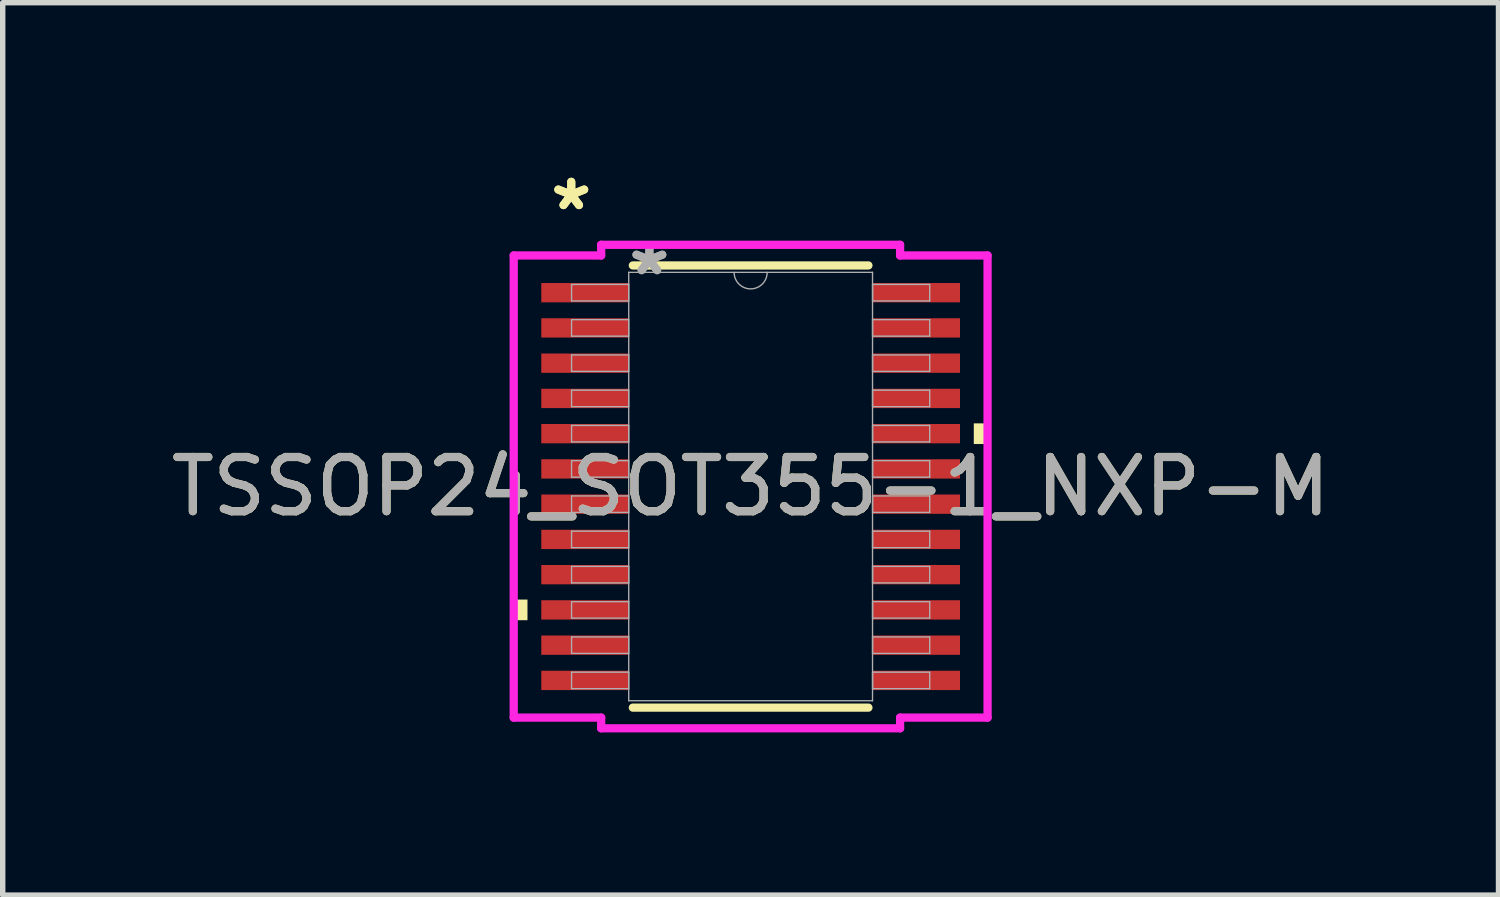
<source format=kicad_pcb>
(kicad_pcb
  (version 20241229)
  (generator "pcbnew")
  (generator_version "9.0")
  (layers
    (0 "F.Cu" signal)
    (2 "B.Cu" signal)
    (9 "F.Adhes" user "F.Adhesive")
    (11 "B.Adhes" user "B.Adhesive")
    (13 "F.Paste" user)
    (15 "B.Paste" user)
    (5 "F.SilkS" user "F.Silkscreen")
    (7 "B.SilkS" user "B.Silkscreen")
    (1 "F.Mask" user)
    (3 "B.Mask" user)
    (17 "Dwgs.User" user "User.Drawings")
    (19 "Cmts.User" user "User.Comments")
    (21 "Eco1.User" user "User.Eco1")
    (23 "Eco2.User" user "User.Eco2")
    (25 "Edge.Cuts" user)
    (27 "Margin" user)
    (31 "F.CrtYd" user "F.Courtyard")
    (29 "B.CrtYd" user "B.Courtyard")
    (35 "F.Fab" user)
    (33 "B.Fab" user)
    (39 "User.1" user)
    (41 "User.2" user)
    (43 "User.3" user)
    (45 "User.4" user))
  (footprint "TSSOP24_SOT355-1_NXP-M"
    (layer "F.Cu")
    (at 10.792 5.922)
    (property "Reference" "TSSOP24_SOT355-1_NXP-M" (at 0 0 0) (unlocked yes) (layer "F.SilkS") (effects (font (size 1 1) (thickness 0.15))))
    (attr smd)
    (fp_line (start -2.172 4.077) (end 2.172 4.077) (stroke (width 0.152) (type solid)) (layer "F.SilkS"))
    (fp_line (start 2.172 -4.077) (end -2.172 -4.077) (stroke (width 0.152) (type solid)) (layer "F.SilkS"))
    (fp_poly (pts (xy -4.369 2.084) (xy -4.369 2.465) (xy -4.115 2.465) (xy -4.115 2.084)) (stroke (width 0) (type solid)) (fill yes) (layer "F.SilkS"))
    (fp_poly (pts (xy 4.369 -1.165) (xy 4.369 -0.784) (xy 4.115 -0.784) (xy 4.115 -1.165)) (stroke (width 0) (type solid)) (fill yes) (layer "F.SilkS"))
    (fp_line (start -4.369 -4.261) (end -2.756 -4.261) (stroke (width 0.152) (type solid)) (layer "F.CrtYd"))
    (fp_line (start -4.369 4.261) (end -4.369 -4.261) (stroke (width 0.152) (type solid)) (layer "F.CrtYd"))
    (fp_line (start -4.369 4.261) (end -2.756 4.261) (stroke (width 0.152) (type solid)) (layer "F.CrtYd"))
    (fp_line (start -2.756 -4.458) (end 2.756 -4.458) (stroke (width 0.152) (type solid)) (layer "F.CrtYd"))
    (fp_line (start -2.756 -4.261) (end -2.756 -4.458) (stroke (width 0.152) (type solid)) (layer "F.CrtYd"))
    (fp_line (start -2.756 4.458) (end -2.756 4.261) (stroke (width 0.152) (type solid)) (layer "F.CrtYd"))
    (fp_line (start 2.756 -4.458) (end 2.756 -4.261) (stroke (width 0.152) (type solid)) (layer "F.CrtYd"))
    (fp_line (start 2.756 4.261) (end 2.756 4.458) (stroke (width 0.152) (type solid)) (layer "F.CrtYd"))
    (fp_line (start 2.756 4.458) (end -2.756 4.458) (stroke (width 0.152) (type solid)) (layer "F.CrtYd"))
    (fp_line (start 4.369 -4.261) (end 2.756 -4.261) (stroke (width 0.152) (type solid)) (layer "F.CrtYd"))
    (fp_line (start 4.369 -4.261) (end 4.369 4.261) (stroke (width 0.152) (type solid)) (layer "F.CrtYd"))
    (fp_line (start 4.369 4.261) (end 2.756 4.261) (stroke (width 0.152) (type solid)) (layer "F.CrtYd"))
    (fp_line (start -3.302 -3.727) (end -3.302 -3.423) (stroke (width 0.025) (type solid)) (layer "F.Fab"))
    (fp_line (start -3.302 -3.423) (end -2.248 -3.423) (stroke (width 0.025) (type solid)) (layer "F.Fab"))
    (fp_line (start -3.302 -3.077) (end -3.302 -2.773) (stroke (width 0.025) (type solid)) (layer "F.Fab"))
    (fp_line (start -3.302 -2.773) (end -2.248 -2.773) (stroke (width 0.025) (type solid)) (layer "F.Fab"))
    (fp_line (start -3.302 -2.427) (end -3.302 -2.123) (stroke (width 0.025) (type solid)) (layer "F.Fab"))
    (fp_line (start -3.302 -2.123) (end -2.248 -2.123) (stroke (width 0.025) (type solid)) (layer "F.Fab"))
    (fp_line (start -3.302 -1.777) (end -3.302 -1.473) (stroke (width 0.025) (type solid)) (layer "F.Fab"))
    (fp_line (start -3.302 -1.473) (end -2.248 -1.473) (stroke (width 0.025) (type solid)) (layer "F.Fab"))
    (fp_line (start -3.302 -1.127) (end -3.302 -0.823) (stroke (width 0.025) (type solid)) (layer "F.Fab"))
    (fp_line (start -3.302 -0.823) (end -2.248 -0.823) (stroke (width 0.025) (type solid)) (layer "F.Fab"))
    (fp_line (start -3.302 -0.477) (end -3.302 -0.173) (stroke (width 0.025) (type solid)) (layer "F.Fab"))
    (fp_line (start -3.302 -0.173) (end -2.248 -0.173) (stroke (width 0.025) (type solid)) (layer "F.Fab"))
    (fp_line (start -3.302 0.173) (end -3.302 0.477) (stroke (width 0.025) (type solid)) (layer "F.Fab"))
    (fp_line (start -3.302 0.477) (end -2.248 0.477) (stroke (width 0.025) (type solid)) (layer "F.Fab"))
    (fp_line (start -3.302 0.823) (end -3.302 1.127) (stroke (width 0.025) (type solid)) (layer "F.Fab"))
    (fp_line (start -3.302 1.127) (end -2.248 1.127) (stroke (width 0.025) (type solid)) (layer "F.Fab"))
    (fp_line (start -3.302 1.473) (end -3.302 1.777) (stroke (width 0.025) (type solid)) (layer "F.Fab"))
    (fp_line (start -3.302 1.777) (end -2.248 1.777) (stroke (width 0.025) (type solid)) (layer "F.Fab"))
    (fp_line (start -3.302 2.123) (end -3.302 2.427) (stroke (width 0.025) (type solid)) (layer "F.Fab"))
    (fp_line (start -3.302 2.427) (end -2.248 2.427) (stroke (width 0.025) (type solid)) (layer "F.Fab"))
    (fp_line (start -3.302 2.773) (end -3.302 3.077) (stroke (width 0.025) (type solid)) (layer "F.Fab"))
    (fp_line (start -3.302 3.077) (end -2.248 3.077) (stroke (width 0.025) (type solid)) (layer "F.Fab"))
    (fp_line (start -3.302 3.423) (end -3.302 3.727) (stroke (width 0.025) (type solid)) (layer "F.Fab"))
    (fp_line (start -3.302 3.727) (end -2.248 3.727) (stroke (width 0.025) (type solid)) (layer "F.Fab"))
    (fp_line (start -2.248 -3.95) (end -2.248 3.95) (stroke (width 0.025) (type solid)) (layer "F.Fab"))
    (fp_line (start -2.248 -3.727) (end -3.302 -3.727) (stroke (width 0.025) (type solid)) (layer "F.Fab"))
    (fp_line (start -2.248 -3.423) (end -2.248 -3.727) (stroke (width 0.025) (type solid)) (layer "F.Fab"))
    (fp_line (start -2.248 -3.077) (end -3.302 -3.077) (stroke (width 0.025) (type solid)) (layer "F.Fab"))
    (fp_line (start -2.248 -2.773) (end -2.248 -3.077) (stroke (width 0.025) (type solid)) (layer "F.Fab"))
    (fp_line (start -2.248 -2.427) (end -3.302 -2.427) (stroke (width 0.025) (type solid)) (layer "F.Fab"))
    (fp_line (start -2.248 -2.123) (end -2.248 -2.427) (stroke (width 0.025) (type solid)) (layer "F.Fab"))
    (fp_line (start -2.248 -1.777) (end -3.302 -1.777) (stroke (width 0.025) (type solid)) (layer "F.Fab"))
    (fp_line (start -2.248 -1.473) (end -2.248 -1.777) (stroke (width 0.025) (type solid)) (layer "F.Fab"))
    (fp_line (start -2.248 -1.127) (end -3.302 -1.127) (stroke (width 0.025) (type solid)) (layer "F.Fab"))
    (fp_line (start -2.248 -0.823) (end -2.248 -1.127) (stroke (width 0.025) (type solid)) (layer "F.Fab"))
    (fp_line (start -2.248 -0.477) (end -3.302 -0.477) (stroke (width 0.025) (type solid)) (layer "F.Fab"))
    (fp_line (start -2.248 -0.173) (end -2.248 -0.477) (stroke (width 0.025) (type solid)) (layer "F.Fab"))
    (fp_line (start -2.248 0.173) (end -3.302 0.173) (stroke (width 0.025) (type solid)) (layer "F.Fab"))
    (fp_line (start -2.248 0.477) (end -2.248 0.173) (stroke (width 0.025) (type solid)) (layer "F.Fab"))
    (fp_line (start -2.248 0.823) (end -3.302 0.823) (stroke (width 0.025) (type solid)) (layer "F.Fab"))
    (fp_line (start -2.248 1.127) (end -2.248 0.823) (stroke (width 0.025) (type solid)) (layer "F.Fab"))
    (fp_line (start -2.248 1.473) (end -3.302 1.473) (stroke (width 0.025) (type solid)) (layer "F.Fab"))
    (fp_line (start -2.248 1.777) (end -2.248 1.473) (stroke (width 0.025) (type solid)) (layer "F.Fab"))
    (fp_line (start -2.248 2.123) (end -3.302 2.123) (stroke (width 0.025) (type solid)) (layer "F.Fab"))
    (fp_line (start -2.248 2.427) (end -2.248 2.123) (stroke (width 0.025) (type solid)) (layer "F.Fab"))
    (fp_line (start -2.248 2.773) (end -3.302 2.773) (stroke (width 0.025) (type solid)) (layer "F.Fab"))
    (fp_line (start -2.248 3.077) (end -2.248 2.773) (stroke (width 0.025) (type solid)) (layer "F.Fab"))
    (fp_line (start -2.248 3.423) (end -3.302 3.423) (stroke (width 0.025) (type solid)) (layer "F.Fab"))
    (fp_line (start -2.248 3.727) (end -2.248 3.423) (stroke (width 0.025) (type solid)) (layer "F.Fab"))
    (fp_line (start -2.248 3.95) (end 2.248 3.95) (stroke (width 0.025) (type solid)) (layer "F.Fab"))
    (fp_line (start 2.248 -3.95) (end -2.248 -3.95) (stroke (width 0.025) (type solid)) (layer "F.Fab"))
    (fp_line (start 2.248 -3.727) (end 2.248 -3.423) (stroke (width 0.025) (type solid)) (layer "F.Fab"))
    (fp_line (start 2.248 -3.423) (end 3.302 -3.423) (stroke (width 0.025) (type solid)) (layer "F.Fab"))
    (fp_line (start 2.248 -3.077) (end 2.248 -2.773) (stroke (width 0.025) (type solid)) (layer "F.Fab"))
    (fp_line (start 2.248 -2.773) (end 3.302 -2.773) (stroke (width 0.025) (type solid)) (layer "F.Fab"))
    (fp_line (start 2.248 -2.427) (end 2.248 -2.123) (stroke (width 0.025) (type solid)) (layer "F.Fab"))
    (fp_line (start 2.248 -2.123) (end 3.302 -2.123) (stroke (width 0.025) (type solid)) (layer "F.Fab"))
    (fp_line (start 2.248 -1.777) (end 2.248 -1.473) (stroke (width 0.025) (type solid)) (layer "F.Fab"))
    (fp_line (start 2.248 -1.473) (end 3.302 -1.473) (stroke (width 0.025) (type solid)) (layer "F.Fab"))
    (fp_line (start 2.248 -1.127) (end 2.248 -0.823) (stroke (width 0.025) (type solid)) (layer "F.Fab"))
    (fp_line (start 2.248 -0.823) (end 3.302 -0.823) (stroke (width 0.025) (type solid)) (layer "F.Fab"))
    (fp_line (start 2.248 -0.477) (end 2.248 -0.173) (stroke (width 0.025) (type solid)) (layer "F.Fab"))
    (fp_line (start 2.248 -0.173) (end 3.302 -0.173) (stroke (width 0.025) (type solid)) (layer "F.Fab"))
    (fp_line (start 2.248 0.173) (end 2.248 0.477) (stroke (width 0.025) (type solid)) (layer "F.Fab"))
    (fp_line (start 2.248 0.477) (end 3.302 0.477) (stroke (width 0.025) (type solid)) (layer "F.Fab"))
    (fp_line (start 2.248 0.823) (end 2.248 1.127) (stroke (width 0.025) (type solid)) (layer "F.Fab"))
    (fp_line (start 2.248 1.127) (end 3.302 1.127) (stroke (width 0.025) (type solid)) (layer "F.Fab"))
    (fp_line (start 2.248 1.473) (end 2.248 1.777) (stroke (width 0.025) (type solid)) (layer "F.Fab"))
    (fp_line (start 2.248 1.777) (end 3.302 1.777) (stroke (width 0.025) (type solid)) (layer "F.Fab"))
    (fp_line (start 2.248 2.123) (end 2.248 2.427) (stroke (width 0.025) (type solid)) (layer "F.Fab"))
    (fp_line (start 2.248 2.427) (end 3.302 2.427) (stroke (width 0.025) (type solid)) (layer "F.Fab"))
    (fp_line (start 2.248 2.773) (end 2.248 3.077) (stroke (width 0.025) (type solid)) (layer "F.Fab"))
    (fp_line (start 2.248 3.077) (end 3.302 3.077) (stroke (width 0.025) (type solid)) (layer "F.Fab"))
    (fp_line (start 2.248 3.423) (end 2.248 3.727) (stroke (width 0.025) (type solid)) (layer "F.Fab"))
    (fp_line (start 2.248 3.727) (end 3.302 3.727) (stroke (width 0.025) (type solid)) (layer "F.Fab"))
    (fp_line (start 2.248 3.95) (end 2.248 -3.95) (stroke (width 0.025) (type solid)) (layer "F.Fab"))
    (fp_line (start 3.302 -3.727) (end 2.248 -3.727) (stroke (width 0.025) (type solid)) (layer "F.Fab"))
    (fp_line (start 3.302 -3.423) (end 3.302 -3.727) (stroke (width 0.025) (type solid)) (layer "F.Fab"))
    (fp_line (start 3.302 -3.077) (end 2.248 -3.077) (stroke (width 0.025) (type solid)) (layer "F.Fab"))
    (fp_line (start 3.302 -2.773) (end 3.302 -3.077) (stroke (width 0.025) (type solid)) (layer "F.Fab"))
    (fp_line (start 3.302 -2.427) (end 2.248 -2.427) (stroke (width 0.025) (type solid)) (layer "F.Fab"))
    (fp_line (start 3.302 -2.123) (end 3.302 -2.427) (stroke (width 0.025) (type solid)) (layer "F.Fab"))
    (fp_line (start 3.302 -1.777) (end 2.248 -1.777) (stroke (width 0.025) (type solid)) (layer "F.Fab"))
    (fp_line (start 3.302 -1.473) (end 3.302 -1.777) (stroke (width 0.025) (type solid)) (layer "F.Fab"))
    (fp_line (start 3.302 -1.127) (end 2.248 -1.127) (stroke (width 0.025) (type solid)) (layer "F.Fab"))
    (fp_line (start 3.302 -0.823) (end 3.302 -1.127) (stroke (width 0.025) (type solid)) (layer "F.Fab"))
    (fp_line (start 3.302 -0.477) (end 2.248 -0.477) (stroke (width 0.025) (type solid)) (layer "F.Fab"))
    (fp_line (start 3.302 -0.173) (end 3.302 -0.477) (stroke (width 0.025) (type solid)) (layer "F.Fab"))
    (fp_line (start 3.302 0.173) (end 2.248 0.173) (stroke (width 0.025) (type solid)) (layer "F.Fab"))
    (fp_line (start 3.302 0.477) (end 3.302 0.173) (stroke (width 0.025) (type solid)) (layer "F.Fab"))
    (fp_line (start 3.302 0.823) (end 2.248 0.823) (stroke (width 0.025) (type solid)) (layer "F.Fab"))
    (fp_line (start 3.302 1.127) (end 3.302 0.823) (stroke (width 0.025) (type solid)) (layer "F.Fab"))
    (fp_line (start 3.302 1.473) (end 2.248 1.473) (stroke (width 0.025) (type solid)) (layer "F.Fab"))
    (fp_line (start 3.302 1.777) (end 3.302 1.473) (stroke (width 0.025) (type solid)) (layer "F.Fab"))
    (fp_line (start 3.302 2.123) (end 2.248 2.123) (stroke (width 0.025) (type solid)) (layer "F.Fab"))
    (fp_line (start 3.302 2.427) (end 3.302 2.123) (stroke (width 0.025) (type solid)) (layer "F.Fab"))
    (fp_line (start 3.302 2.773) (end 2.248 2.773) (stroke (width 0.025) (type solid)) (layer "F.Fab"))
    (fp_line (start 3.302 3.077) (end 3.302 2.773) (stroke (width 0.025) (type solid)) (layer "F.Fab"))
    (fp_line (start 3.302 3.423) (end 2.248 3.423) (stroke (width 0.025) (type solid)) (layer "F.Fab"))
    (fp_line (start 3.302 3.727) (end 3.302 3.423) (stroke (width 0.025) (type solid)) (layer "F.Fab"))
    (fp_arc (start 0.3048 -3.9497) (mid 0 -3.6449) (end -0.3048 -3.9497) (stroke (width 0.0254) (type solid)) (layer "F.Fab"))
    (fp_text user "*" (at -3.308 -5.074 0) (layer "F.SilkS") (effects (font (size 1 1) (thickness 0.15))))
    (fp_text user "*" (at -3.308 -5.074 0) (unlocked yes) (layer "F.SilkS") (effects (font (size 1 1) (thickness 0.15))))
    (fp_text user "*" (at -1.867 -3.873 0) (layer "F.Fab") (effects (font (size 1 1) (thickness 0.15))))
    (fp_text user "${REFERENCE}" (at 0 0 0) (unlocked yes) (layer "F.Fab") (effects (font (size 1 1) (thickness 0.15))))
    (fp_text user "*" (at -1.867 -3.873 0) (unlocked yes) (layer "F.Fab") (effects (font (size 1 1) (thickness 0.15))))
    (pad "1" smd rect (at -3.054 -3.575) (size 1.613 0.356) (layers "F.Cu" "F.Mask" "F.Paste"))
    (pad "2" smd rect (at -3.054 -2.925) (size 1.613 0.356) (layers "F.Cu" "F.Mask" "F.Paste"))
    (pad "3" smd rect (at -3.054 -2.275) (size 1.613 0.356) (layers "F.Cu" "F.Mask" "F.Paste"))
    (pad "4" smd rect (at -3.054 -1.625) (size 1.613 0.356) (layers "F.Cu" "F.Mask" "F.Paste"))
    (pad "5" smd rect (at -3.054 -0.975) (size 1.613 0.356) (layers "F.Cu" "F.Mask" "F.Paste"))
    (pad "6" smd rect (at -3.054 -0.325) (size 1.613 0.356) (layers "F.Cu" "F.Mask" "F.Paste"))
    (pad "7" smd rect (at -3.054 0.325) (size 1.613 0.356) (layers "F.Cu" "F.Mask" "F.Paste"))
    (pad "8" smd rect (at -3.054 0.975) (size 1.613 0.356) (layers "F.Cu" "F.Mask" "F.Paste"))
    (pad "9" smd rect (at -3.054 1.625) (size 1.613 0.356) (layers "F.Cu" "F.Mask" "F.Paste"))
    (pad "10" smd rect (at -3.054 2.275) (size 1.613 0.356) (layers "F.Cu" "F.Mask" "F.Paste"))
    (pad "11" smd rect (at -3.054 2.925) (size 1.613 0.356) (layers "F.Cu" "F.Mask" "F.Paste"))
    (pad "12" smd rect (at -3.054 3.575) (size 1.613 0.356) (layers "F.Cu" "F.Mask" "F.Paste"))
    (pad "13" smd rect (at 3.054 3.575) (size 1.613 0.356) (layers "F.Cu" "F.Mask" "F.Paste"))
    (pad "14" smd rect (at 3.054 2.925) (size 1.613 0.356) (layers "F.Cu" "F.Mask" "F.Paste"))
    (pad "15" smd rect (at 3.054 2.275) (size 1.613 0.356) (layers "F.Cu" "F.Mask" "F.Paste"))
    (pad "16" smd rect (at 3.054 1.625) (size 1.613 0.356) (layers "F.Cu" "F.Mask" "F.Paste"))
    (pad "17" smd rect (at 3.054 0.975) (size 1.613 0.356) (layers "F.Cu" "F.Mask" "F.Paste"))
    (pad "18" smd rect (at 3.054 0.325) (size 1.613 0.356) (layers "F.Cu" "F.Mask" "F.Paste"))
    (pad "19" smd rect (at 3.054 -0.325) (size 1.613 0.356) (layers "F.Cu" "F.Mask" "F.Paste"))
    (pad "20" smd rect (at 3.054 -0.975) (size 1.613 0.356) (layers "F.Cu" "F.Mask" "F.Paste"))
    (pad "21" smd rect (at 3.054 -1.625) (size 1.613 0.356) (layers "F.Cu" "F.Mask" "F.Paste"))
    (pad "22" smd rect (at 3.054 -2.275) (size 1.613 0.356) (layers "F.Cu" "F.Mask" "F.Paste"))
    (pad "23" smd rect (at 3.054 -2.925) (size 1.613 0.356) (layers "F.Cu" "F.Mask" "F.Paste"))
    (pad "24" smd rect (at 3.054 -3.575) (size 1.613 0.356) (layers "F.Cu" "F.Mask" "F.Paste")))
  (gr_rect
    (start -3 -3)
    (end 24.583 13.456)
    (stroke (width 0.1) (type default))
    (fill no)
    (layer "Edge.Cuts")))
</source>
